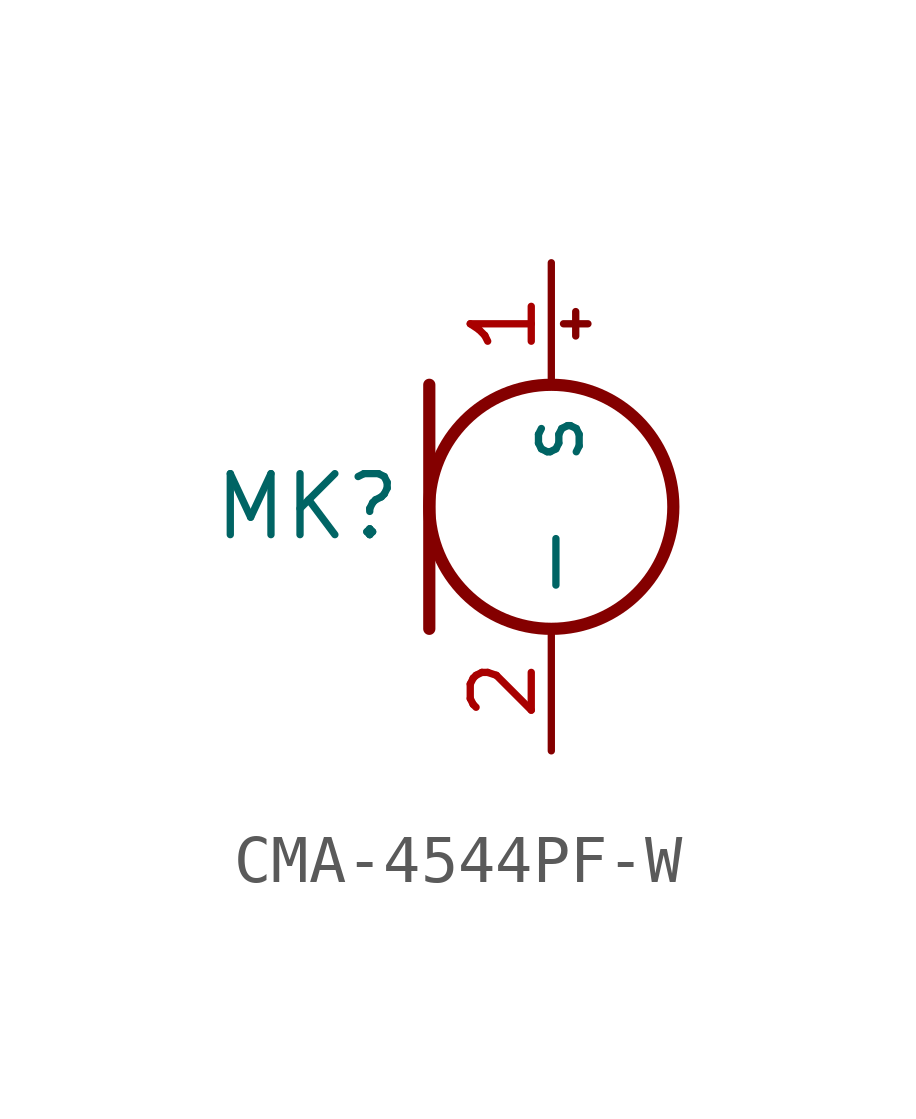
<source format=kicad_sym>
(kicad_symbol_lib
  (version 20220914)
  (generator kicad_symbol_editor)
  (symbol "CMA-4544PF-W"
    (property "Reference" "MK"
      (at -5.08 0 0)
      (effects (font (size 1.27 1.27))))
    (property "Value" ""
      (at 0 0 0)
      (effects (font (size 1.27 1.27))))
    (symbol "CMA-4544PF-W_0_1"
      (polyline (pts (xy -2.54 2.54) (xy -2.54 -2.54)) (stroke (width 0.254) (type default)) (fill (type none)))
      (polyline (pts (xy 0.254 3.81) (xy 0.762 3.81)) (stroke (width 0) (type default)) (fill (type none)))
      (polyline (pts (xy 0.508 4.064) (xy 0.508 3.556)) (stroke (width 0) (type default)) (fill (type none)))
      (circle (center 0 0) (radius 2.54) (stroke (width 0.254) (type default)) (fill (type none))))
    (symbol "CMA-4544PF-W_1_1"
      (pin passive line (at 0 5.08 270) (length 2.54) (name "s" (effects (font (size 1.27 1.27)))) (number "1" (effects (font (size 1.27 1.27)))))
      (pin passive line (at 0 -5.08 90) (length 2.54) (name "-" (effects (font (size 1.27 1.27)))) (number "2" (effects (font (size 1.27 1.27))))))))
</source>
